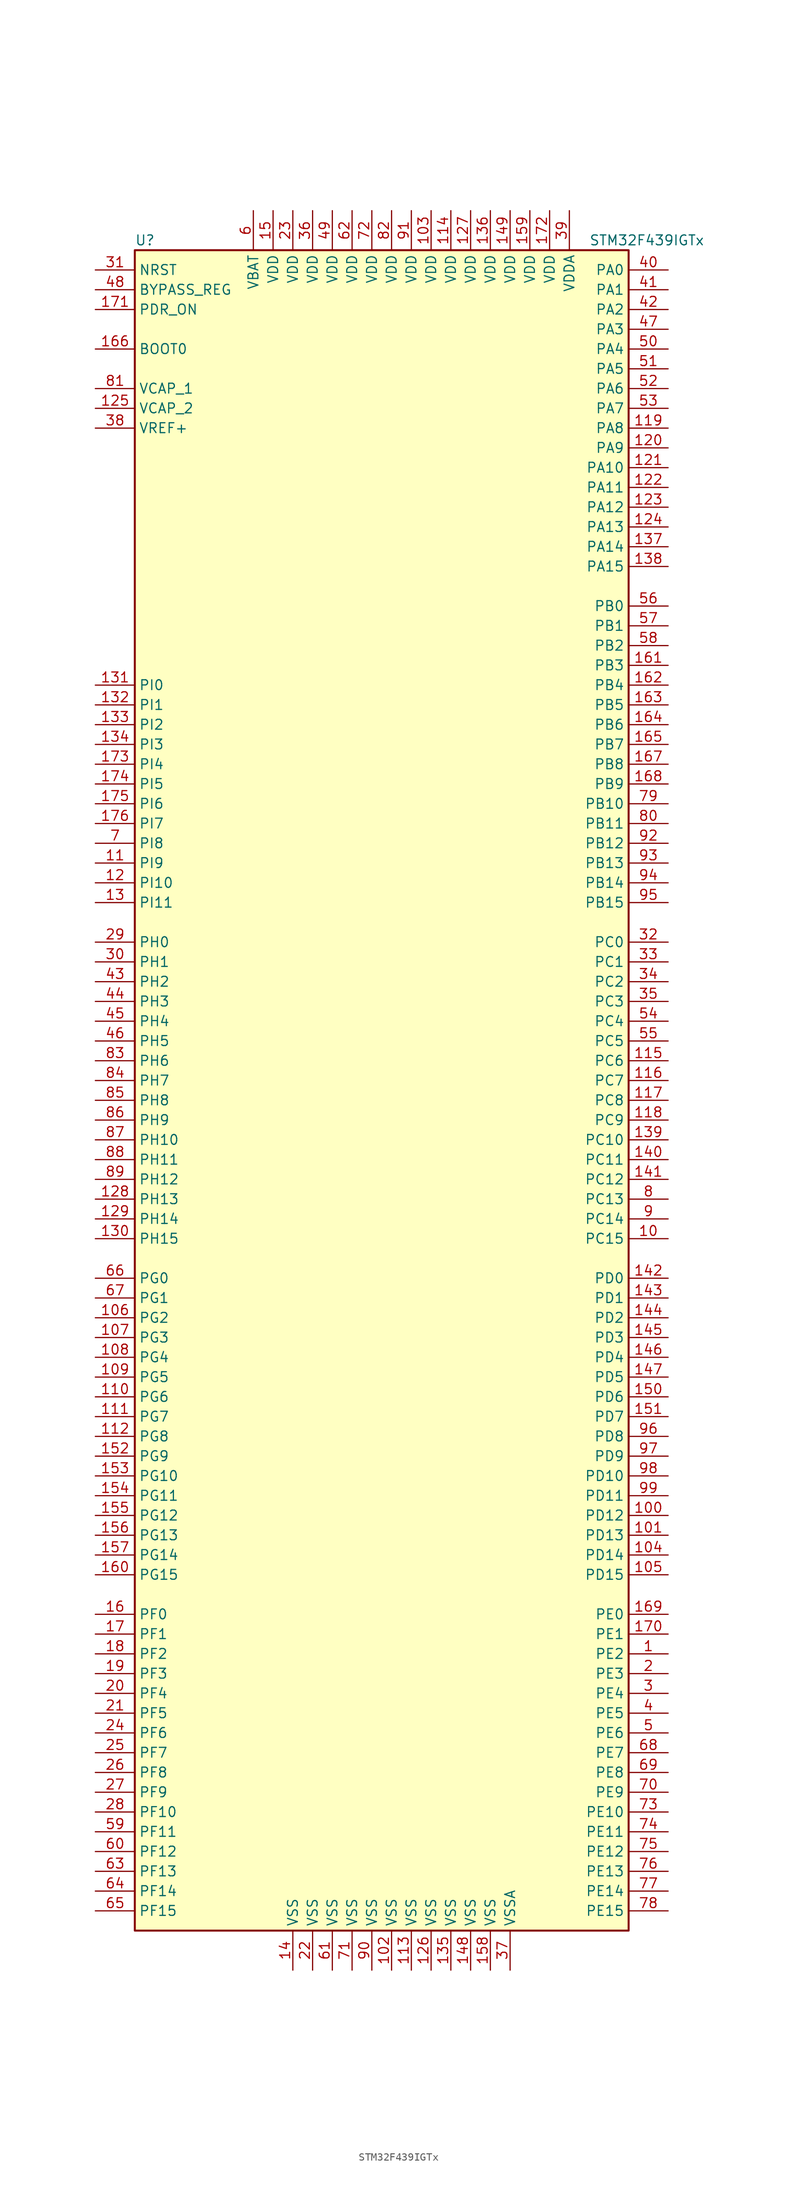
<source format=kicad_sym>
(kicad_symbol_lib
  (version 20201005)
  (generator kicad_symbol_editor)
  (symbol "MCU_ST_STM32F4:STM32F439IGTx"
    (property "Reference" "U"
      (at -33.02 107.95 0)
      (effects (font (size 1.27 1.27)) (justify left)))
    (property "Value" "STM32F439IGTx"
      (at 25.4 107.95 0)
      (effects (font (size 1.27 1.27)) (justify left)))
    (symbol "STM32F439IGTx_0_1"
      (rectangle (start -33.02 -109.22) (end 30.48 106.68) (stroke (width 0.254)) (fill (type background))))
    (symbol "STM32F439IGTx_1_1"
      (pin input line (at -38.1 93.98 0) (length 5.08) (name "BOOT0" (effects (font (size 1.27 1.27)))) (number "166" (effects (font (size 1.27 1.27)))))
      (pin input line (at -38.1 101.6 0) (length 5.08) (name "BYPASS_REG" (effects (font (size 1.27 1.27)))) (number "48" (effects (font (size 1.27 1.27)))))
      (pin input line (at -38.1 104.14 0) (length 5.08) (name "NRST" (effects (font (size 1.27 1.27)))) (number "31" (effects (font (size 1.27 1.27)))))
      (pin bidirectional line (at 35.56 104.14 180) (length 5.08) (name "PA0" (effects (font (size 1.27 1.27)))) (number "40" (effects (font (size 1.27 1.27)))))
      (pin bidirectional line (at 35.56 101.6 180) (length 5.08) (name "PA1" (effects (font (size 1.27 1.27)))) (number "41" (effects (font (size 1.27 1.27)))))
      (pin bidirectional line (at 35.56 78.74 180) (length 5.08) (name "PA10" (effects (font (size 1.27 1.27)))) (number "121" (effects (font (size 1.27 1.27)))))
      (pin bidirectional line (at 35.56 76.2 180) (length 5.08) (name "PA11" (effects (font (size 1.27 1.27)))) (number "122" (effects (font (size 1.27 1.27)))))
      (pin bidirectional line (at 35.56 73.66 180) (length 5.08) (name "PA12" (effects (font (size 1.27 1.27)))) (number "123" (effects (font (size 1.27 1.27)))))
      (pin bidirectional line (at 35.56 71.12 180) (length 5.08) (name "PA13" (effects (font (size 1.27 1.27)))) (number "124" (effects (font (size 1.27 1.27)))))
      (pin bidirectional line (at 35.56 68.58 180) (length 5.08) (name "PA14" (effects (font (size 1.27 1.27)))) (number "137" (effects (font (size 1.27 1.27)))))
      (pin bidirectional line (at 35.56 66.04 180) (length 5.08) (name "PA15" (effects (font (size 1.27 1.27)))) (number "138" (effects (font (size 1.27 1.27)))))
      (pin bidirectional line (at 35.56 99.06 180) (length 5.08) (name "PA2" (effects (font (size 1.27 1.27)))) (number "42" (effects (font (size 1.27 1.27)))))
      (pin bidirectional line (at 35.56 96.52 180) (length 5.08) (name "PA3" (effects (font (size 1.27 1.27)))) (number "47" (effects (font (size 1.27 1.27)))))
      (pin bidirectional line (at 35.56 93.98 180) (length 5.08) (name "PA4" (effects (font (size 1.27 1.27)))) (number "50" (effects (font (size 1.27 1.27)))))
      (pin bidirectional line (at 35.56 91.44 180) (length 5.08) (name "PA5" (effects (font (size 1.27 1.27)))) (number "51" (effects (font (size 1.27 1.27)))))
      (pin bidirectional line (at 35.56 88.9 180) (length 5.08) (name "PA6" (effects (font (size 1.27 1.27)))) (number "52" (effects (font (size 1.27 1.27)))))
      (pin bidirectional line (at 35.56 86.36 180) (length 5.08) (name "PA7" (effects (font (size 1.27 1.27)))) (number "53" (effects (font (size 1.27 1.27)))))
      (pin bidirectional line (at 35.56 83.82 180) (length 5.08) (name "PA8" (effects (font (size 1.27 1.27)))) (number "119" (effects (font (size 1.27 1.27)))))
      (pin bidirectional line (at 35.56 81.28 180) (length 5.08) (name "PA9" (effects (font (size 1.27 1.27)))) (number "120" (effects (font (size 1.27 1.27)))))
      (pin bidirectional line (at 35.56 60.96 180) (length 5.08) (name "PB0" (effects (font (size 1.27 1.27)))) (number "56" (effects (font (size 1.27 1.27)))))
      (pin bidirectional line (at 35.56 58.42 180) (length 5.08) (name "PB1" (effects (font (size 1.27 1.27)))) (number "57" (effects (font (size 1.27 1.27)))))
      (pin bidirectional line (at 35.56 35.56 180) (length 5.08) (name "PB10" (effects (font (size 1.27 1.27)))) (number "79" (effects (font (size 1.27 1.27)))))
      (pin bidirectional line (at 35.56 33.02 180) (length 5.08) (name "PB11" (effects (font (size 1.27 1.27)))) (number "80" (effects (font (size 1.27 1.27)))))
      (pin bidirectional line (at 35.56 30.48 180) (length 5.08) (name "PB12" (effects (font (size 1.27 1.27)))) (number "92" (effects (font (size 1.27 1.27)))))
      (pin bidirectional line (at 35.56 27.94 180) (length 5.08) (name "PB13" (effects (font (size 1.27 1.27)))) (number "93" (effects (font (size 1.27 1.27)))))
      (pin bidirectional line (at 35.56 25.4 180) (length 5.08) (name "PB14" (effects (font (size 1.27 1.27)))) (number "94" (effects (font (size 1.27 1.27)))))
      (pin bidirectional line (at 35.56 22.86 180) (length 5.08) (name "PB15" (effects (font (size 1.27 1.27)))) (number "95" (effects (font (size 1.27 1.27)))))
      (pin bidirectional line (at 35.56 55.88 180) (length 5.08) (name "PB2" (effects (font (size 1.27 1.27)))) (number "58" (effects (font (size 1.27 1.27)))))
      (pin bidirectional line (at 35.56 53.34 180) (length 5.08) (name "PB3" (effects (font (size 1.27 1.27)))) (number "161" (effects (font (size 1.27 1.27)))))
      (pin bidirectional line (at 35.56 50.8 180) (length 5.08) (name "PB4" (effects (font (size 1.27 1.27)))) (number "162" (effects (font (size 1.27 1.27)))))
      (pin bidirectional line (at 35.56 48.26 180) (length 5.08) (name "PB5" (effects (font (size 1.27 1.27)))) (number "163" (effects (font (size 1.27 1.27)))))
      (pin bidirectional line (at 35.56 45.72 180) (length 5.08) (name "PB6" (effects (font (size 1.27 1.27)))) (number "164" (effects (font (size 1.27 1.27)))))
      (pin bidirectional line (at 35.56 43.18 180) (length 5.08) (name "PB7" (effects (font (size 1.27 1.27)))) (number "165" (effects (font (size 1.27 1.27)))))
      (pin bidirectional line (at 35.56 40.64 180) (length 5.08) (name "PB8" (effects (font (size 1.27 1.27)))) (number "167" (effects (font (size 1.27 1.27)))))
      (pin bidirectional line (at 35.56 38.1 180) (length 5.08) (name "PB9" (effects (font (size 1.27 1.27)))) (number "168" (effects (font (size 1.27 1.27)))))
      (pin bidirectional line (at 35.56 17.78 180) (length 5.08) (name "PC0" (effects (font (size 1.27 1.27)))) (number "32" (effects (font (size 1.27 1.27)))))
      (pin bidirectional line (at 35.56 15.24 180) (length 5.08) (name "PC1" (effects (font (size 1.27 1.27)))) (number "33" (effects (font (size 1.27 1.27)))))
      (pin bidirectional line (at 35.56 -7.62 180) (length 5.08) (name "PC10" (effects (font (size 1.27 1.27)))) (number "139" (effects (font (size 1.27 1.27)))))
      (pin bidirectional line (at 35.56 -10.16 180) (length 5.08) (name "PC11" (effects (font (size 1.27 1.27)))) (number "140" (effects (font (size 1.27 1.27)))))
      (pin bidirectional line (at 35.56 -12.7 180) (length 5.08) (name "PC12" (effects (font (size 1.27 1.27)))) (number "141" (effects (font (size 1.27 1.27)))))
      (pin bidirectional line (at 35.56 -15.24 180) (length 5.08) (name "PC13" (effects (font (size 1.27 1.27)))) (number "8" (effects (font (size 1.27 1.27)))))
      (pin bidirectional line (at 35.56 -17.78 180) (length 5.08) (name "PC14" (effects (font (size 1.27 1.27)))) (number "9" (effects (font (size 1.27 1.27)))))
      (pin bidirectional line (at 35.56 -20.32 180) (length 5.08) (name "PC15" (effects (font (size 1.27 1.27)))) (number "10" (effects (font (size 1.27 1.27)))))
      (pin bidirectional line (at 35.56 12.7 180) (length 5.08) (name "PC2" (effects (font (size 1.27 1.27)))) (number "34" (effects (font (size 1.27 1.27)))))
      (pin bidirectional line (at 35.56 10.16 180) (length 5.08) (name "PC3" (effects (font (size 1.27 1.27)))) (number "35" (effects (font (size 1.27 1.27)))))
      (pin bidirectional line (at 35.56 7.62 180) (length 5.08) (name "PC4" (effects (font (size 1.27 1.27)))) (number "54" (effects (font (size 1.27 1.27)))))
      (pin bidirectional line (at 35.56 5.08 180) (length 5.08) (name "PC5" (effects (font (size 1.27 1.27)))) (number "55" (effects (font (size 1.27 1.27)))))
      (pin bidirectional line (at 35.56 2.54 180) (length 5.08) (name "PC6" (effects (font (size 1.27 1.27)))) (number "115" (effects (font (size 1.27 1.27)))))
      (pin bidirectional line (at 35.56 0 180) (length 5.08) (name "PC7" (effects (font (size 1.27 1.27)))) (number "116" (effects (font (size 1.27 1.27)))))
      (pin bidirectional line (at 35.56 -2.54 180) (length 5.08) (name "PC8" (effects (font (size 1.27 1.27)))) (number "117" (effects (font (size 1.27 1.27)))))
      (pin bidirectional line (at 35.56 -5.08 180) (length 5.08) (name "PC9" (effects (font (size 1.27 1.27)))) (number "118" (effects (font (size 1.27 1.27)))))
      (pin bidirectional line (at 35.56 -25.4 180) (length 5.08) (name "PD0" (effects (font (size 1.27 1.27)))) (number "142" (effects (font (size 1.27 1.27)))))
      (pin bidirectional line (at 35.56 -27.94 180) (length 5.08) (name "PD1" (effects (font (size 1.27 1.27)))) (number "143" (effects (font (size 1.27 1.27)))))
      (pin bidirectional line (at 35.56 -50.8 180) (length 5.08) (name "PD10" (effects (font (size 1.27 1.27)))) (number "98" (effects (font (size 1.27 1.27)))))
      (pin bidirectional line (at 35.56 -53.34 180) (length 5.08) (name "PD11" (effects (font (size 1.27 1.27)))) (number "99" (effects (font (size 1.27 1.27)))))
      (pin bidirectional line (at 35.56 -55.88 180) (length 5.08) (name "PD12" (effects (font (size 1.27 1.27)))) (number "100" (effects (font (size 1.27 1.27)))))
      (pin bidirectional line (at 35.56 -58.42 180) (length 5.08) (name "PD13" (effects (font (size 1.27 1.27)))) (number "101" (effects (font (size 1.27 1.27)))))
      (pin bidirectional line (at 35.56 -60.96 180) (length 5.08) (name "PD14" (effects (font (size 1.27 1.27)))) (number "104" (effects (font (size 1.27 1.27)))))
      (pin bidirectional line (at 35.56 -63.5 180) (length 5.08) (name "PD15" (effects (font (size 1.27 1.27)))) (number "105" (effects (font (size 1.27 1.27)))))
      (pin bidirectional line (at 35.56 -30.48 180) (length 5.08) (name "PD2" (effects (font (size 1.27 1.27)))) (number "144" (effects (font (size 1.27 1.27)))))
      (pin bidirectional line (at 35.56 -33.02 180) (length 5.08) (name "PD3" (effects (font (size 1.27 1.27)))) (number "145" (effects (font (size 1.27 1.27)))))
      (pin bidirectional line (at 35.56 -35.56 180) (length 5.08) (name "PD4" (effects (font (size 1.27 1.27)))) (number "146" (effects (font (size 1.27 1.27)))))
      (pin bidirectional line (at 35.56 -38.1 180) (length 5.08) (name "PD5" (effects (font (size 1.27 1.27)))) (number "147" (effects (font (size 1.27 1.27)))))
      (pin bidirectional line (at 35.56 -40.64 180) (length 5.08) (name "PD6" (effects (font (size 1.27 1.27)))) (number "150" (effects (font (size 1.27 1.27)))))
      (pin bidirectional line (at 35.56 -43.18 180) (length 5.08) (name "PD7" (effects (font (size 1.27 1.27)))) (number "151" (effects (font (size 1.27 1.27)))))
      (pin bidirectional line (at 35.56 -45.72 180) (length 5.08) (name "PD8" (effects (font (size 1.27 1.27)))) (number "96" (effects (font (size 1.27 1.27)))))
      (pin bidirectional line (at 35.56 -48.26 180) (length 5.08) (name "PD9" (effects (font (size 1.27 1.27)))) (number "97" (effects (font (size 1.27 1.27)))))
      (pin input line (at -38.1 99.06 0) (length 5.08) (name "PDR_ON" (effects (font (size 1.27 1.27)))) (number "171" (effects (font (size 1.27 1.27)))))
      (pin bidirectional line (at 35.56 -68.58 180) (length 5.08) (name "PE0" (effects (font (size 1.27 1.27)))) (number "169" (effects (font (size 1.27 1.27)))))
      (pin bidirectional line (at 35.56 -71.12 180) (length 5.08) (name "PE1" (effects (font (size 1.27 1.27)))) (number "170" (effects (font (size 1.27 1.27)))))
      (pin bidirectional line (at 35.56 -93.98 180) (length 5.08) (name "PE10" (effects (font (size 1.27 1.27)))) (number "73" (effects (font (size 1.27 1.27)))))
      (pin bidirectional line (at 35.56 -96.52 180) (length 5.08) (name "PE11" (effects (font (size 1.27 1.27)))) (number "74" (effects (font (size 1.27 1.27)))))
      (pin bidirectional line (at 35.56 -99.06 180) (length 5.08) (name "PE12" (effects (font (size 1.27 1.27)))) (number "75" (effects (font (size 1.27 1.27)))))
      (pin bidirectional line (at 35.56 -101.6 180) (length 5.08) (name "PE13" (effects (font (size 1.27 1.27)))) (number "76" (effects (font (size 1.27 1.27)))))
      (pin bidirectional line (at 35.56 -104.14 180) (length 5.08) (name "PE14" (effects (font (size 1.27 1.27)))) (number "77" (effects (font (size 1.27 1.27)))))
      (pin bidirectional line (at 35.56 -106.68 180) (length 5.08) (name "PE15" (effects (font (size 1.27 1.27)))) (number "78" (effects (font (size 1.27 1.27)))))
      (pin bidirectional line (at 35.56 -73.66 180) (length 5.08) (name "PE2" (effects (font (size 1.27 1.27)))) (number "1" (effects (font (size 1.27 1.27)))))
      (pin bidirectional line (at 35.56 -76.2 180) (length 5.08) (name "PE3" (effects (font (size 1.27 1.27)))) (number "2" (effects (font (size 1.27 1.27)))))
      (pin bidirectional line (at 35.56 -78.74 180) (length 5.08) (name "PE4" (effects (font (size 1.27 1.27)))) (number "3" (effects (font (size 1.27 1.27)))))
      (pin bidirectional line (at 35.56 -81.28 180) (length 5.08) (name "PE5" (effects (font (size 1.27 1.27)))) (number "4" (effects (font (size 1.27 1.27)))))
      (pin bidirectional line (at 35.56 -83.82 180) (length 5.08) (name "PE6" (effects (font (size 1.27 1.27)))) (number "5" (effects (font (size 1.27 1.27)))))
      (pin bidirectional line (at 35.56 -86.36 180) (length 5.08) (name "PE7" (effects (font (size 1.27 1.27)))) (number "68" (effects (font (size 1.27 1.27)))))
      (pin bidirectional line (at 35.56 -88.9 180) (length 5.08) (name "PE8" (effects (font (size 1.27 1.27)))) (number "69" (effects (font (size 1.27 1.27)))))
      (pin bidirectional line (at 35.56 -91.44 180) (length 5.08) (name "PE9" (effects (font (size 1.27 1.27)))) (number "70" (effects (font (size 1.27 1.27)))))
      (pin bidirectional line (at -38.1 -68.58 0) (length 5.08) (name "PF0" (effects (font (size 1.27 1.27)))) (number "16" (effects (font (size 1.27 1.27)))))
      (pin bidirectional line (at -38.1 -71.12 0) (length 5.08) (name "PF1" (effects (font (size 1.27 1.27)))) (number "17" (effects (font (size 1.27 1.27)))))
      (pin bidirectional line (at -38.1 -93.98 0) (length 5.08) (name "PF10" (effects (font (size 1.27 1.27)))) (number "28" (effects (font (size 1.27 1.27)))))
      (pin bidirectional line (at -38.1 -96.52 0) (length 5.08) (name "PF11" (effects (font (size 1.27 1.27)))) (number "59" (effects (font (size 1.27 1.27)))))
      (pin bidirectional line (at -38.1 -99.06 0) (length 5.08) (name "PF12" (effects (font (size 1.27 1.27)))) (number "60" (effects (font (size 1.27 1.27)))))
      (pin bidirectional line (at -38.1 -101.6 0) (length 5.08) (name "PF13" (effects (font (size 1.27 1.27)))) (number "63" (effects (font (size 1.27 1.27)))))
      (pin bidirectional line (at -38.1 -104.14 0) (length 5.08) (name "PF14" (effects (font (size 1.27 1.27)))) (number "64" (effects (font (size 1.27 1.27)))))
      (pin bidirectional line (at -38.1 -106.68 0) (length 5.08) (name "PF15" (effects (font (size 1.27 1.27)))) (number "65" (effects (font (size 1.27 1.27)))))
      (pin bidirectional line (at -38.1 -73.66 0) (length 5.08) (name "PF2" (effects (font (size 1.27 1.27)))) (number "18" (effects (font (size 1.27 1.27)))))
      (pin bidirectional line (at -38.1 -76.2 0) (length 5.08) (name "PF3" (effects (font (size 1.27 1.27)))) (number "19" (effects (font (size 1.27 1.27)))))
      (pin bidirectional line (at -38.1 -78.74 0) (length 5.08) (name "PF4" (effects (font (size 1.27 1.27)))) (number "20" (effects (font (size 1.27 1.27)))))
      (pin bidirectional line (at -38.1 -81.28 0) (length 5.08) (name "PF5" (effects (font (size 1.27 1.27)))) (number "21" (effects (font (size 1.27 1.27)))))
      (pin bidirectional line (at -38.1 -83.82 0) (length 5.08) (name "PF6" (effects (font (size 1.27 1.27)))) (number "24" (effects (font (size 1.27 1.27)))))
      (pin bidirectional line (at -38.1 -86.36 0) (length 5.08) (name "PF7" (effects (font (size 1.27 1.27)))) (number "25" (effects (font (size 1.27 1.27)))))
      (pin bidirectional line (at -38.1 -88.9 0) (length 5.08) (name "PF8" (effects (font (size 1.27 1.27)))) (number "26" (effects (font (size 1.27 1.27)))))
      (pin bidirectional line (at -38.1 -91.44 0) (length 5.08) (name "PF9" (effects (font (size 1.27 1.27)))) (number "27" (effects (font (size 1.27 1.27)))))
      (pin bidirectional line (at -38.1 -25.4 0) (length 5.08) (name "PG0" (effects (font (size 1.27 1.27)))) (number "66" (effects (font (size 1.27 1.27)))))
      (pin bidirectional line (at -38.1 -27.94 0) (length 5.08) (name "PG1" (effects (font (size 1.27 1.27)))) (number "67" (effects (font (size 1.27 1.27)))))
      (pin bidirectional line (at -38.1 -50.8 0) (length 5.08) (name "PG10" (effects (font (size 1.27 1.27)))) (number "153" (effects (font (size 1.27 1.27)))))
      (pin bidirectional line (at -38.1 -53.34 0) (length 5.08) (name "PG11" (effects (font (size 1.27 1.27)))) (number "154" (effects (font (size 1.27 1.27)))))
      (pin bidirectional line (at -38.1 -55.88 0) (length 5.08) (name "PG12" (effects (font (size 1.27 1.27)))) (number "155" (effects (font (size 1.27 1.27)))))
      (pin bidirectional line (at -38.1 -58.42 0) (length 5.08) (name "PG13" (effects (font (size 1.27 1.27)))) (number "156" (effects (font (size 1.27 1.27)))))
      (pin bidirectional line (at -38.1 -60.96 0) (length 5.08) (name "PG14" (effects (font (size 1.27 1.27)))) (number "157" (effects (font (size 1.27 1.27)))))
      (pin bidirectional line (at -38.1 -63.5 0) (length 5.08) (name "PG15" (effects (font (size 1.27 1.27)))) (number "160" (effects (font (size 1.27 1.27)))))
      (pin bidirectional line (at -38.1 -30.48 0) (length 5.08) (name "PG2" (effects (font (size 1.27 1.27)))) (number "106" (effects (font (size 1.27 1.27)))))
      (pin bidirectional line (at -38.1 -33.02 0) (length 5.08) (name "PG3" (effects (font (size 1.27 1.27)))) (number "107" (effects (font (size 1.27 1.27)))))
      (pin bidirectional line (at -38.1 -35.56 0) (length 5.08) (name "PG4" (effects (font (size 1.27 1.27)))) (number "108" (effects (font (size 1.27 1.27)))))
      (pin bidirectional line (at -38.1 -38.1 0) (length 5.08) (name "PG5" (effects (font (size 1.27 1.27)))) (number "109" (effects (font (size 1.27 1.27)))))
      (pin bidirectional line (at -38.1 -40.64 0) (length 5.08) (name "PG6" (effects (font (size 1.27 1.27)))) (number "110" (effects (font (size 1.27 1.27)))))
      (pin bidirectional line (at -38.1 -43.18 0) (length 5.08) (name "PG7" (effects (font (size 1.27 1.27)))) (number "111" (effects (font (size 1.27 1.27)))))
      (pin bidirectional line (at -38.1 -45.72 0) (length 5.08) (name "PG8" (effects (font (size 1.27 1.27)))) (number "112" (effects (font (size 1.27 1.27)))))
      (pin bidirectional line (at -38.1 -48.26 0) (length 5.08) (name "PG9" (effects (font (size 1.27 1.27)))) (number "152" (effects (font (size 1.27 1.27)))))
      (pin input line (at -38.1 17.78 0) (length 5.08) (name "PH0" (effects (font (size 1.27 1.27)))) (number "29" (effects (font (size 1.27 1.27)))))
      (pin input line (at -38.1 15.24 0) (length 5.08) (name "PH1" (effects (font (size 1.27 1.27)))) (number "30" (effects (font (size 1.27 1.27)))))
      (pin bidirectional line (at -38.1 -7.62 0) (length 5.08) (name "PH10" (effects (font (size 1.27 1.27)))) (number "87" (effects (font (size 1.27 1.27)))))
      (pin bidirectional line (at -38.1 -10.16 0) (length 5.08) (name "PH11" (effects (font (size 1.27 1.27)))) (number "88" (effects (font (size 1.27 1.27)))))
      (pin bidirectional line (at -38.1 -12.7 0) (length 5.08) (name "PH12" (effects (font (size 1.27 1.27)))) (number "89" (effects (font (size 1.27 1.27)))))
      (pin bidirectional line (at -38.1 -15.24 0) (length 5.08) (name "PH13" (effects (font (size 1.27 1.27)))) (number "128" (effects (font (size 1.27 1.27)))))
      (pin bidirectional line (at -38.1 -17.78 0) (length 5.08) (name "PH14" (effects (font (size 1.27 1.27)))) (number "129" (effects (font (size 1.27 1.27)))))
      (pin bidirectional line (at -38.1 -20.32 0) (length 5.08) (name "PH15" (effects (font (size 1.27 1.27)))) (number "130" (effects (font (size 1.27 1.27)))))
      (pin bidirectional line (at -38.1 12.7 0) (length 5.08) (name "PH2" (effects (font (size 1.27 1.27)))) (number "43" (effects (font (size 1.27 1.27)))))
      (pin bidirectional line (at -38.1 10.16 0) (length 5.08) (name "PH3" (effects (font (size 1.27 1.27)))) (number "44" (effects (font (size 1.27 1.27)))))
      (pin bidirectional line (at -38.1 7.62 0) (length 5.08) (name "PH4" (effects (font (size 1.27 1.27)))) (number "45" (effects (font (size 1.27 1.27)))))
      (pin bidirectional line (at -38.1 5.08 0) (length 5.08) (name "PH5" (effects (font (size 1.27 1.27)))) (number "46" (effects (font (size 1.27 1.27)))))
      (pin bidirectional line (at -38.1 2.54 0) (length 5.08) (name "PH6" (effects (font (size 1.27 1.27)))) (number "83" (effects (font (size 1.27 1.27)))))
      (pin bidirectional line (at -38.1 0 0) (length 5.08) (name "PH7" (effects (font (size 1.27 1.27)))) (number "84" (effects (font (size 1.27 1.27)))))
      (pin bidirectional line (at -38.1 -2.54 0) (length 5.08) (name "PH8" (effects (font (size 1.27 1.27)))) (number "85" (effects (font (size 1.27 1.27)))))
      (pin bidirectional line (at -38.1 -5.08 0) (length 5.08) (name "PH9" (effects (font (size 1.27 1.27)))) (number "86" (effects (font (size 1.27 1.27)))))
      (pin bidirectional line (at -38.1 50.8 0) (length 5.08) (name "PI0" (effects (font (size 1.27 1.27)))) (number "131" (effects (font (size 1.27 1.27)))))
      (pin bidirectional line (at -38.1 48.26 0) (length 5.08) (name "PI1" (effects (font (size 1.27 1.27)))) (number "132" (effects (font (size 1.27 1.27)))))
      (pin bidirectional line (at -38.1 25.4 0) (length 5.08) (name "PI10" (effects (font (size 1.27 1.27)))) (number "12" (effects (font (size 1.27 1.27)))))
      (pin bidirectional line (at -38.1 22.86 0) (length 5.08) (name "PI11" (effects (font (size 1.27 1.27)))) (number "13" (effects (font (size 1.27 1.27)))))
      (pin bidirectional line (at -38.1 45.72 0) (length 5.08) (name "PI2" (effects (font (size 1.27 1.27)))) (number "133" (effects (font (size 1.27 1.27)))))
      (pin bidirectional line (at -38.1 43.18 0) (length 5.08) (name "PI3" (effects (font (size 1.27 1.27)))) (number "134" (effects (font (size 1.27 1.27)))))
      (pin bidirectional line (at -38.1 40.64 0) (length 5.08) (name "PI4" (effects (font (size 1.27 1.27)))) (number "173" (effects (font (size 1.27 1.27)))))
      (pin bidirectional line (at -38.1 38.1 0) (length 5.08) (name "PI5" (effects (font (size 1.27 1.27)))) (number "174" (effects (font (size 1.27 1.27)))))
      (pin bidirectional line (at -38.1 35.56 0) (length 5.08) (name "PI6" (effects (font (size 1.27 1.27)))) (number "175" (effects (font (size 1.27 1.27)))))
      (pin bidirectional line (at -38.1 33.02 0) (length 5.08) (name "PI7" (effects (font (size 1.27 1.27)))) (number "176" (effects (font (size 1.27 1.27)))))
      (pin bidirectional line (at -38.1 30.48 0) (length 5.08) (name "PI8" (effects (font (size 1.27 1.27)))) (number "7" (effects (font (size 1.27 1.27)))))
      (pin bidirectional line (at -38.1 27.94 0) (length 5.08) (name "PI9" (effects (font (size 1.27 1.27)))) (number "11" (effects (font (size 1.27 1.27)))))
      (pin power_in line (at -17.78 111.76 270) (length 5.08) (name "VBAT" (effects (font (size 1.27 1.27)))) (number "6" (effects (font (size 1.27 1.27)))))
      (pin power_in line (at -38.1 88.9 0) (length 5.08) (name "VCAP_1" (effects (font (size 1.27 1.27)))) (number "81" (effects (font (size 1.27 1.27)))))
      (pin power_in line (at -38.1 86.36 0) (length 5.08) (name "VCAP_2" (effects (font (size 1.27 1.27)))) (number "125" (effects (font (size 1.27 1.27)))))
      (pin power_in line (at 5.08 111.76 270) (length 5.08) (name "VDD" (effects (font (size 1.27 1.27)))) (number "103" (effects (font (size 1.27 1.27)))))
      (pin power_in line (at 7.62 111.76 270) (length 5.08) (name "VDD" (effects (font (size 1.27 1.27)))) (number "114" (effects (font (size 1.27 1.27)))))
      (pin power_in line (at 10.16 111.76 270) (length 5.08) (name "VDD" (effects (font (size 1.27 1.27)))) (number "127" (effects (font (size 1.27 1.27)))))
      (pin power_in line (at 12.7 111.76 270) (length 5.08) (name "VDD" (effects (font (size 1.27 1.27)))) (number "136" (effects (font (size 1.27 1.27)))))
      (pin power_in line (at 15.24 111.76 270) (length 5.08) (name "VDD" (effects (font (size 1.27 1.27)))) (number "149" (effects (font (size 1.27 1.27)))))
      (pin power_in line (at -15.24 111.76 270) (length 5.08) (name "VDD" (effects (font (size 1.27 1.27)))) (number "15" (effects (font (size 1.27 1.27)))))
      (pin power_in line (at 17.78 111.76 270) (length 5.08) (name "VDD" (effects (font (size 1.27 1.27)))) (number "159" (effects (font (size 1.27 1.27)))))
      (pin power_in line (at 20.32 111.76 270) (length 5.08) (name "VDD" (effects (font (size 1.27 1.27)))) (number "172" (effects (font (size 1.27 1.27)))))
      (pin power_in line (at -12.7 111.76 270) (length 5.08) (name "VDD" (effects (font (size 1.27 1.27)))) (number "23" (effects (font (size 1.27 1.27)))))
      (pin power_in line (at -10.16 111.76 270) (length 5.08) (name "VDD" (effects (font (size 1.27 1.27)))) (number "36" (effects (font (size 1.27 1.27)))))
      (pin power_in line (at -7.62 111.76 270) (length 5.08) (name "VDD" (effects (font (size 1.27 1.27)))) (number "49" (effects (font (size 1.27 1.27)))))
      (pin power_in line (at -5.08 111.76 270) (length 5.08) (name "VDD" (effects (font (size 1.27 1.27)))) (number "62" (effects (font (size 1.27 1.27)))))
      (pin power_in line (at -2.54 111.76 270) (length 5.08) (name "VDD" (effects (font (size 1.27 1.27)))) (number "72" (effects (font (size 1.27 1.27)))))
      (pin power_in line (at 0 111.76 270) (length 5.08) (name "VDD" (effects (font (size 1.27 1.27)))) (number "82" (effects (font (size 1.27 1.27)))))
      (pin power_in line (at 2.54 111.76 270) (length 5.08) (name "VDD" (effects (font (size 1.27 1.27)))) (number "91" (effects (font (size 1.27 1.27)))))
      (pin power_in line (at 22.86 111.76 270) (length 5.08) (name "VDDA" (effects (font (size 1.27 1.27)))) (number "39" (effects (font (size 1.27 1.27)))))
      (pin power_in line (at -38.1 83.82 0) (length 5.08) (name "VREF+" (effects (font (size 1.27 1.27)))) (number "38" (effects (font (size 1.27 1.27)))))
      (pin power_in line (at 0 -114.3 90) (length 5.08) (name "VSS" (effects (font (size 1.27 1.27)))) (number "102" (effects (font (size 1.27 1.27)))))
      (pin power_in line (at 2.54 -114.3 90) (length 5.08) (name "VSS" (effects (font (size 1.27 1.27)))) (number "113" (effects (font (size 1.27 1.27)))))
      (pin power_in line (at 5.08 -114.3 90) (length 5.08) (name "VSS" (effects (font (size 1.27 1.27)))) (number "126" (effects (font (size 1.27 1.27)))))
      (pin power_in line (at 7.62 -114.3 90) (length 5.08) (name "VSS" (effects (font (size 1.27 1.27)))) (number "135" (effects (font (size 1.27 1.27)))))
      (pin power_in line (at -12.7 -114.3 90) (length 5.08) (name "VSS" (effects (font (size 1.27 1.27)))) (number "14" (effects (font (size 1.27 1.27)))))
      (pin power_in line (at 10.16 -114.3 90) (length 5.08) (name "VSS" (effects (font (size 1.27 1.27)))) (number "148" (effects (font (size 1.27 1.27)))))
      (pin power_in line (at 12.7 -114.3 90) (length 5.08) (name "VSS" (effects (font (size 1.27 1.27)))) (number "158" (effects (font (size 1.27 1.27)))))
      (pin power_in line (at -10.16 -114.3 90) (length 5.08) (name "VSS" (effects (font (size 1.27 1.27)))) (number "22" (effects (font (size 1.27 1.27)))))
      (pin power_in line (at -7.62 -114.3 90) (length 5.08) (name "VSS" (effects (font (size 1.27 1.27)))) (number "61" (effects (font (size 1.27 1.27)))))
      (pin power_in line (at -5.08 -114.3 90) (length 5.08) (name "VSS" (effects (font (size 1.27 1.27)))) (number "71" (effects (font (size 1.27 1.27)))))
      (pin power_in line (at -2.54 -114.3 90) (length 5.08) (name "VSS" (effects (font (size 1.27 1.27)))) (number "90" (effects (font (size 1.27 1.27)))))
      (pin power_in line (at 15.24 -114.3 90) (length 5.08) (name "VSSA" (effects (font (size 1.27 1.27)))) (number "37" (effects (font (size 1.27 1.27))))))))
</source>
